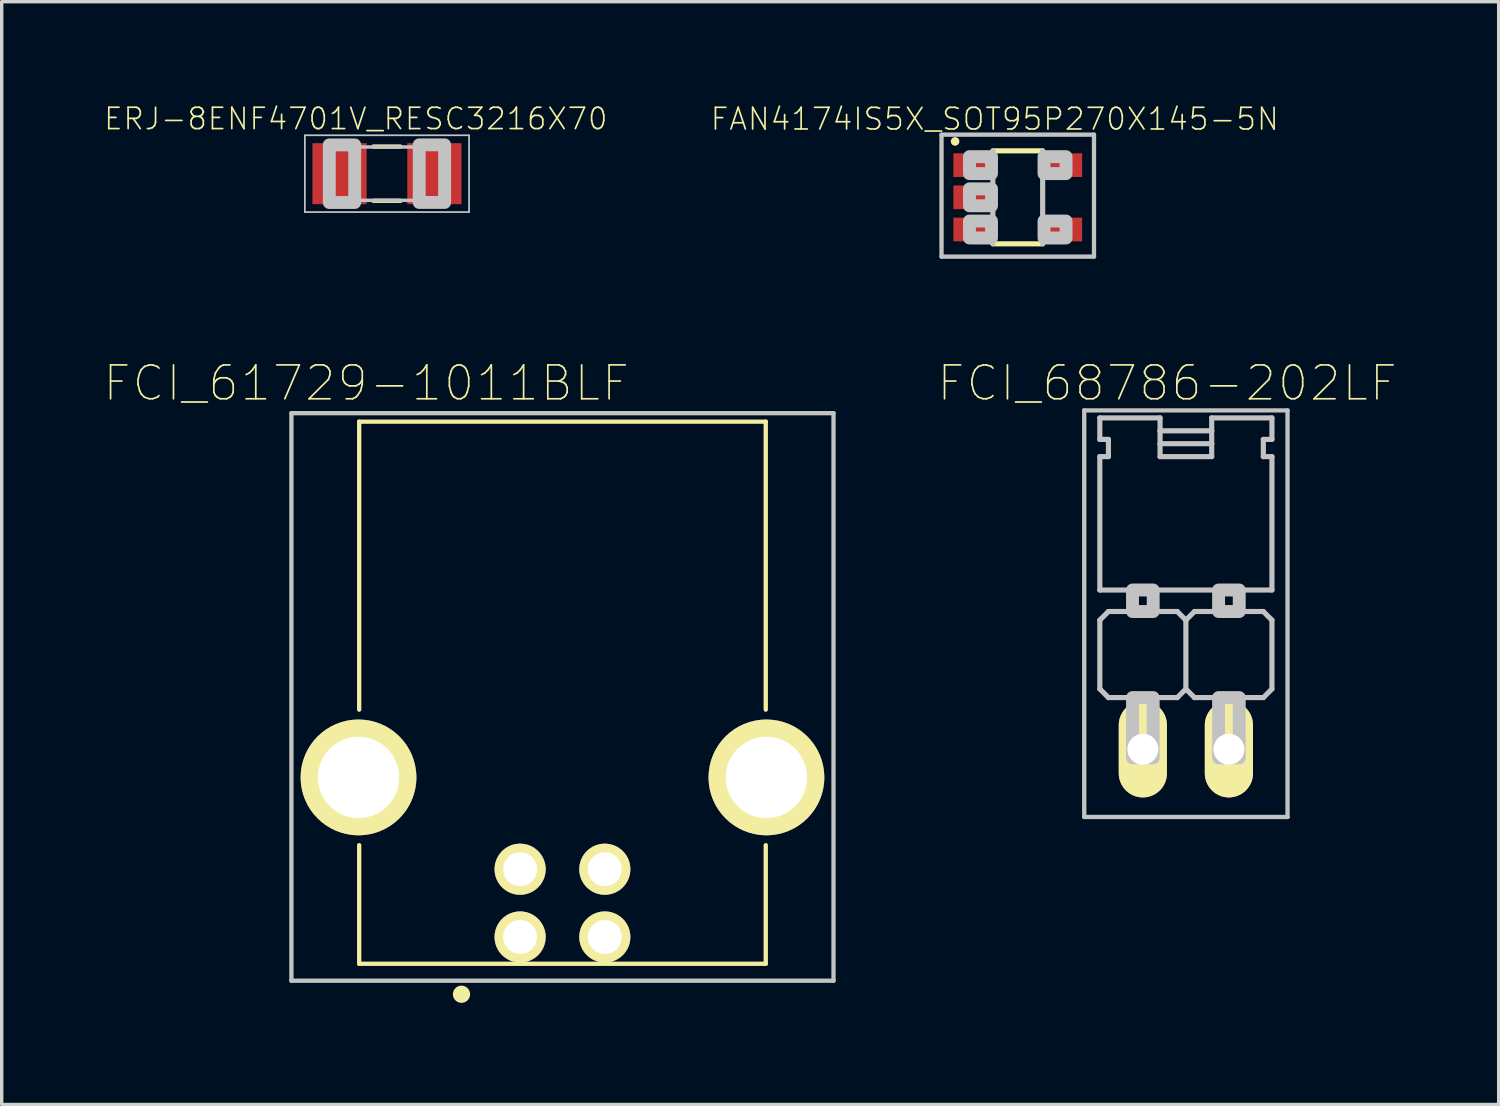
<source format=kicad_pcb>
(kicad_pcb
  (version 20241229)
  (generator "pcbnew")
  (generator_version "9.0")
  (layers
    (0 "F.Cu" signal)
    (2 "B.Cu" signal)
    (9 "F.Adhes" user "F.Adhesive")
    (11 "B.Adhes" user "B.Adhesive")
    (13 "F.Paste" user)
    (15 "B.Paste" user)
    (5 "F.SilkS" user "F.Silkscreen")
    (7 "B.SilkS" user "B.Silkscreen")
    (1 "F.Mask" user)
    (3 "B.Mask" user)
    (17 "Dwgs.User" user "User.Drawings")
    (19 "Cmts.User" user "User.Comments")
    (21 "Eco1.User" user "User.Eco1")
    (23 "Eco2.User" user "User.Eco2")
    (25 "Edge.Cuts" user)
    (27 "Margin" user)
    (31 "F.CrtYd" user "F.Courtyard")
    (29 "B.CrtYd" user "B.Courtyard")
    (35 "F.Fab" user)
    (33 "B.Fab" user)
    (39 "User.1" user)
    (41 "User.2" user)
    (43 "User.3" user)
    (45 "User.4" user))
  (footprint "FCI_68786-202LF"
    (layer "F.Cu")
    (at 31.951 19.063)
    (property "Reference" "FCI_68786-202LF" (at -0.552 -10.803 0) (layer "F.SilkS") (effects (font (size 1 1) (thickness 0.05))))
    (attr through_hole)
    (fp_line (start -3 -10) (end -3 2) (stroke (width 0.127) (type solid)) (layer "Dwgs.User"))
    (fp_line (start -3 2) (end 3 2) (stroke (width 0.127) (type solid)) (layer "Dwgs.User"))
    (fp_line (start -2.54 -9.779) (end -2.54 -9.144) (stroke (width 0.152) (type solid)) (layer "Dwgs.User"))
    (fp_line (start -2.54 -9.779) (end -0.762 -9.779) (stroke (width 0.152) (type solid)) (layer "Dwgs.User"))
    (fp_line (start -2.54 -8.636) (end -2.54 -4.699) (stroke (width 0.152) (type solid)) (layer "Dwgs.User"))
    (fp_line (start -2.54 -8.636) (end -2.286 -8.636) (stroke (width 0.152) (type solid)) (layer "Dwgs.User"))
    (fp_line (start -2.54 -3.81) (end -2.286 -4.064) (stroke (width 0.152) (type solid)) (layer "Dwgs.User"))
    (fp_line (start -2.54 -1.778) (end -2.54 -3.81) (stroke (width 0.152) (type solid)) (layer "Dwgs.User"))
    (fp_line (start -2.54 -1.778) (end -2.286 -1.524) (stroke (width 0.152) (type solid)) (layer "Dwgs.User"))
    (fp_line (start -2.286 -9.144) (end -2.54 -9.144) (stroke (width 0.152) (type solid)) (layer "Dwgs.User"))
    (fp_line (start -2.286 -9.144) (end -2.286 -8.636) (stroke (width 0.152) (type solid)) (layer "Dwgs.User"))
    (fp_line (start -0.762 -9.779) (end -0.762 -9.398) (stroke (width 0.152) (type solid)) (layer "Dwgs.User"))
    (fp_line (start -0.762 -9.398) (end -0.762 -9.017) (stroke (width 0.152) (type solid)) (layer "Dwgs.User"))
    (fp_line (start -0.762 -9.398) (end 0.762 -9.398) (stroke (width 0.152) (type solid)) (layer "Dwgs.User"))
    (fp_line (start -0.762 -9.017) (end -0.762 -8.636) (stroke (width 0.152) (type solid)) (layer "Dwgs.User"))
    (fp_line (start -0.762 -9.017) (end 0.762 -9.017) (stroke (width 0.152) (type solid)) (layer "Dwgs.User"))
    (fp_line (start -0.762 -8.636) (end 0.762 -8.636) (stroke (width 0.152) (type solid)) (layer "Dwgs.User"))
    (fp_line (start -0.254 -4.064) (end -2.286 -4.064) (stroke (width 0.152) (type solid)) (layer "Dwgs.User"))
    (fp_line (start -0.254 -4.064) (end 0 -3.81) (stroke (width 0.152) (type solid)) (layer "Dwgs.User"))
    (fp_line (start -0.254 -1.524) (end -2.286 -1.524) (stroke (width 0.152) (type solid)) (layer "Dwgs.User"))
    (fp_line (start -0.254 -1.524) (end 0 -1.778) (stroke (width 0.152) (type solid)) (layer "Dwgs.User"))
    (fp_line (start 0 -3.81) (end 0.254 -4.064) (stroke (width 0.152) (type solid)) (layer "Dwgs.User"))
    (fp_line (start 0 -1.778) (end 0 -3.81) (stroke (width 0.152) (type solid)) (layer "Dwgs.User"))
    (fp_line (start 0 -1.778) (end 0.254 -1.524) (stroke (width 0.152) (type solid)) (layer "Dwgs.User"))
    (fp_line (start 0.762 -9.779) (end 2.54 -9.779) (stroke (width 0.152) (type solid)) (layer "Dwgs.User"))
    (fp_line (start 0.762 -9.398) (end 0.762 -9.779) (stroke (width 0.152) (type solid)) (layer "Dwgs.User"))
    (fp_line (start 0.762 -9.398) (end 0.762 -9.017) (stroke (width 0.152) (type solid)) (layer "Dwgs.User"))
    (fp_line (start 0.762 -9.017) (end 0.762 -8.636) (stroke (width 0.152) (type solid)) (layer "Dwgs.User"))
    (fp_line (start 2.286 -9.144) (end 2.286 -8.636) (stroke (width 0.152) (type solid)) (layer "Dwgs.User"))
    (fp_line (start 2.286 -9.144) (end 2.54 -9.144) (stroke (width 0.152) (type solid)) (layer "Dwgs.User"))
    (fp_line (start 2.286 -4.064) (end 0.254 -4.064) (stroke (width 0.152) (type solid)) (layer "Dwgs.User"))
    (fp_line (start 2.286 -4.064) (end 2.54 -3.81) (stroke (width 0.152) (type solid)) (layer "Dwgs.User"))
    (fp_line (start 2.286 -1.524) (end 0.254 -1.524) (stroke (width 0.152) (type solid)) (layer "Dwgs.User"))
    (fp_line (start 2.286 -1.524) (end 2.54 -1.778) (stroke (width 0.152) (type solid)) (layer "Dwgs.User"))
    (fp_line (start 2.54 -9.779) (end 2.54 -9.144) (stroke (width 0.152) (type solid)) (layer "Dwgs.User"))
    (fp_line (start 2.54 -8.636) (end 2.286 -8.636) (stroke (width 0.152) (type solid)) (layer "Dwgs.User"))
    (fp_line (start 2.54 -8.636) (end 2.54 -4.699) (stroke (width 0.152) (type solid)) (layer "Dwgs.User"))
    (fp_line (start 2.54 -4.699) (end -2.54 -4.699) (stroke (width 0.152) (type solid)) (layer "Dwgs.User"))
    (fp_line (start 2.54 -1.778) (end 2.54 -3.81) (stroke (width 0.152) (type solid)) (layer "Dwgs.User"))
    (fp_line (start 3 -10) (end -3 -10) (stroke (width 0.127) (type solid)) (layer "Dwgs.User"))
    (fp_line (start 3 2) (end 3 -10) (stroke (width 0.127) (type solid)) (layer "Dwgs.User"))
    (fp_poly (pts (xy -1.575 -4.699) (xy -0.965 -4.699) (xy -0.965 -4.064) (xy -1.575 -4.064)) (stroke (width 0.381) (type solid)) (fill no) (layer "Dwgs.User"))
    (fp_poly (pts (xy -1.575 -1.524) (xy -0.965 -1.524) (xy -0.965 0.254) (xy -1.575 0.254)) (stroke (width 0.381) (type solid)) (fill no) (layer "Dwgs.User"))
    (fp_poly (pts (xy 0.965 -4.699) (xy 1.575 -4.699) (xy 1.575 -4.064) (xy 0.965 -4.064)) (stroke (width 0.381) (type solid)) (fill no) (layer "Dwgs.User"))
    (fp_poly (pts (xy 0.965 -1.524) (xy 1.575 -1.524) (xy 1.575 0.254) (xy 0.965 0.254)) (stroke (width 0.381) (type solid)) (fill no) (layer "Dwgs.User"))
    (pad "1" thru_hole oval (at -1.27 0 90) (size 2.845 1.422) (drill 0.914) (layers "*.Cu" "*.Mask" "F.SilkS"))
    (pad "2" thru_hole oval (at 1.27 0 90) (size 2.845 1.422) (drill 0.914) (layers "*.Cu" "*.Mask" "F.SilkS")))
  (footprint "ERJ-8ENF4701V_RESC3216X70"
    (layer "F.Cu")
    (at 8.371 2.076)
    (property "Reference" "ERJ-8ENF4701V_RESC3216X70" (at -0.92 -1.62 0) (layer "F.SilkS") (effects (font (size 0.63 0.63) (thickness 0.05))))
    (attr smd)
    (fp_line (start -0.4 -0.8) (end 0.4 -0.8) (stroke (width 0.127) (type solid)) (layer "F.SilkS"))
    (fp_line (start -0.4 0.8) (end 0.4 0.8) (stroke (width 0.127) (type solid)) (layer "F.SilkS"))
    (fp_line (start -2.423 -1.133) (end 2.423 -1.133) (stroke (width 0.051) (type solid)) (layer "Dwgs.User"))
    (fp_line (start -2.423 1.133) (end -2.423 -1.133) (stroke (width 0.051) (type solid)) (layer "Dwgs.User"))
    (fp_line (start -0.965 -0.787) (end 0.965 -0.787) (stroke (width 0.102) (type solid)) (layer "Dwgs.User"))
    (fp_line (start -0.965 0.787) (end 0.965 0.787) (stroke (width 0.102) (type solid)) (layer "Dwgs.User"))
    (fp_line (start 2.423 -1.133) (end 2.423 1.133) (stroke (width 0.051) (type solid)) (layer "Dwgs.User"))
    (fp_line (start 2.423 1.133) (end -2.423 1.133) (stroke (width 0.051) (type solid)) (layer "Dwgs.User"))
    (fp_poly (pts (xy -1.702 -0.849) (xy -0.952 -0.849) (xy -0.952 0.851) (xy -1.702 0.851)) (stroke (width 0.381) (type solid)) (fill no) (layer "Dwgs.User"))
    (fp_poly (pts (xy 0.952 -0.851) (xy 1.702 -0.851) (xy 1.702 0.849) (xy 0.952 0.849)) (stroke (width 0.381) (type solid)) (fill no) (layer "Dwgs.User"))
    (pad "1" smd rect (at -1.4 0) (size 1.6 1.8) (layers "F.Cu" "F.Mask" "F.Paste"))
    (pad "2" smd rect (at 1.4 0) (size 1.6 1.8) (layers "F.Cu" "F.Mask" "F.Paste")))
  (footprint "FAN4174IS5X_SOT95P270X145-5N"
    (layer "F.Cu")
    (at 26.989 2.774)
    (property "Reference" "FAN4174IS5X_SOT95P270X145-5N" (at -0.679 -2.311 0) (layer "F.SilkS") (effects (font (size 0.64 0.64) (thickness 0.05))))
    (attr smd)
    (fp_line (start -0.735 -1.372) (end 0.735 -1.372) (stroke (width 0.152) (type solid)) (layer "F.SilkS"))
    (fp_line (start 0.735 1.372) (end -0.735 1.372) (stroke (width 0.152) (type solid)) (layer "F.SilkS"))
    (fp_circle (center -1.85 -1.65) (end -1.723 -1.65) (stroke (width 0) (type solid)) (fill yes) (layer "F.SilkS"))
    (fp_line (start -2.25 -1.85) (end -2.25 1.75) (stroke (width 0.127) (type solid)) (layer "Dwgs.User"))
    (fp_line (start -2.25 1.75) (end 2.25 1.75) (stroke (width 0.127) (type solid)) (layer "Dwgs.User"))
    (fp_line (start -0.735 1.372) (end -0.735 -1.372) (stroke (width 0.152) (type solid)) (layer "Dwgs.User"))
    (fp_line (start 0.735 -1.372) (end 0.735 1.372) (stroke (width 0.152) (type solid)) (layer "Dwgs.User"))
    (fp_line (start 2.25 -1.85) (end -2.25 -1.85) (stroke (width 0.127) (type solid)) (layer "Dwgs.User"))
    (fp_line (start 2.25 1.75) (end 2.25 -1.85) (stroke (width 0.127) (type solid)) (layer "Dwgs.User"))
    (fp_poly (pts (xy -0.775 -1.2) (xy -0.775 -0.7) (xy -1.425 -0.7) (xy -1.425 -1.2)) (stroke (width 0.381) (type solid)) (fill no) (layer "Dwgs.User"))
    (fp_poly (pts (xy -0.775 -0.25) (xy -0.775 0.25) (xy -1.425 0.25) (xy -1.425 -0.25)) (stroke (width 0.381) (type solid)) (fill no) (layer "Dwgs.User"))
    (fp_poly (pts (xy -0.775 0.7) (xy -0.775 1.2) (xy -1.425 1.2) (xy -1.425 0.7)) (stroke (width 0.381) (type solid)) (fill no) (layer "Dwgs.User"))
    (fp_poly (pts (xy 1.425 -1.2) (xy 1.425 -0.7) (xy 0.775 -0.7) (xy 0.775 -1.2)) (stroke (width 0.381) (type solid)) (fill no) (layer "Dwgs.User"))
    (fp_poly (pts (xy 1.425 0.7) (xy 1.425 1.2) (xy 0.775 1.2) (xy 0.775 0.7)) (stroke (width 0.381) (type solid)) (fill no) (layer "Dwgs.User"))
    (pad "1" smd rect (at -1.3 -0.95 270) (size 0.7 1.2) (layers "F.Cu" "F.Mask" "F.Paste"))
    (pad "2" smd rect (at -1.3 0 270) (size 0.7 1.2) (layers "F.Cu" "F.Mask" "F.Paste"))
    (pad "3" smd rect (at -1.3 0.95 270) (size 0.7 1.2) (layers "F.Cu" "F.Mask" "F.Paste"))
    (pad "4" smd rect (at 1.3 0.95 270) (size 0.7 1.2) (layers "F.Cu" "F.Mask" "F.Paste"))
    (pad "5" smd rect (at 1.3 -0.95 270) (size 0.7 1.2) (layers "F.Cu" "F.Mask" "F.Paste")))
  (footprint "FCI_61729-1011BLF"
    (layer "F.Cu")
    (at 13.551 19.895)
    (property "Reference" "FCI_61729-1011BLF" (at -5.79 -11.635 0) (layer "F.SilkS") (effects (font (size 1 1) (thickness 0.05))))
    (attr through_hole)
    (fp_line (start -6 -2) (end -6 -10.5) (stroke (width 0.127) (type solid)) (layer "F.SilkS"))
    (fp_line (start -6 5.5) (end -6 2) (stroke (width 0.127) (type solid)) (layer "F.SilkS"))
    (fp_line (start 6 -10.5) (end -6 -10.5) (stroke (width 0.127) (type solid)) (layer "F.SilkS"))
    (fp_line (start 6 -2) (end 6 -10.5) (stroke (width 0.127) (type solid)) (layer "F.SilkS"))
    (fp_line (start 6 5.5) (end -6 5.5) (stroke (width 0.127) (type solid)) (layer "F.SilkS"))
    (fp_line (start 6 5.5) (end 6 2) (stroke (width 0.127) (type solid)) (layer "F.SilkS"))
    (fp_circle (center -2.98 6.4) (end -2.726 6.4) (stroke (width 0) (type solid)) (fill yes) (layer "F.SilkS"))
    (fp_line (start -8 -10.75) (end -8 6) (stroke (width 0.127) (type solid)) (layer "Dwgs.User"))
    (fp_line (start -8 6) (end 8 6) (stroke (width 0.127) (type solid)) (layer "Dwgs.User"))
    (fp_line (start 8 -10.75) (end -8 -10.75) (stroke (width 0.127) (type solid)) (layer "Dwgs.User"))
    (fp_line (start 8 6) (end 8 -10.75) (stroke (width 0.127) (type solid)) (layer "Dwgs.User"))
    (pad "1" thru_hole circle (at -1.25 4.71 180) (size 1.508 1.508) (drill 1) (layers "*.Cu" "*.Mask" "F.SilkS"))
    (pad "2" thru_hole circle (at 1.25 4.71 180) (size 1.508 1.508) (drill 1) (layers "*.Cu" "*.Mask" "F.SilkS"))
    (pad "3" thru_hole circle (at 1.25 2.71 180) (size 1.508 1.508) (drill 1) (layers "*.Cu" "*.Mask" "F.SilkS"))
    (pad "4" thru_hole circle (at -1.25 2.71 180) (size 1.508 1.508) (drill 1) (layers "*.Cu" "*.Mask" "F.SilkS"))
    (pad "S1" thru_hole circle (at -6.02 0 180) (size 3.416 3.416) (drill 2.4) (layers "*.Cu" "*.Mask" "F.SilkS"))
    (pad "S2" thru_hole circle (at 6.02 0 180) (size 3.416 3.416) (drill 2.4) (layers "*.Cu" "*.Mask" "F.SilkS")))
  (gr_rect
    (start -3 -3)
    (end 41.183 29.549)
    (stroke (width 0.1) (type default))
    (fill no)
    (layer "Edge.Cuts")))
</source>
